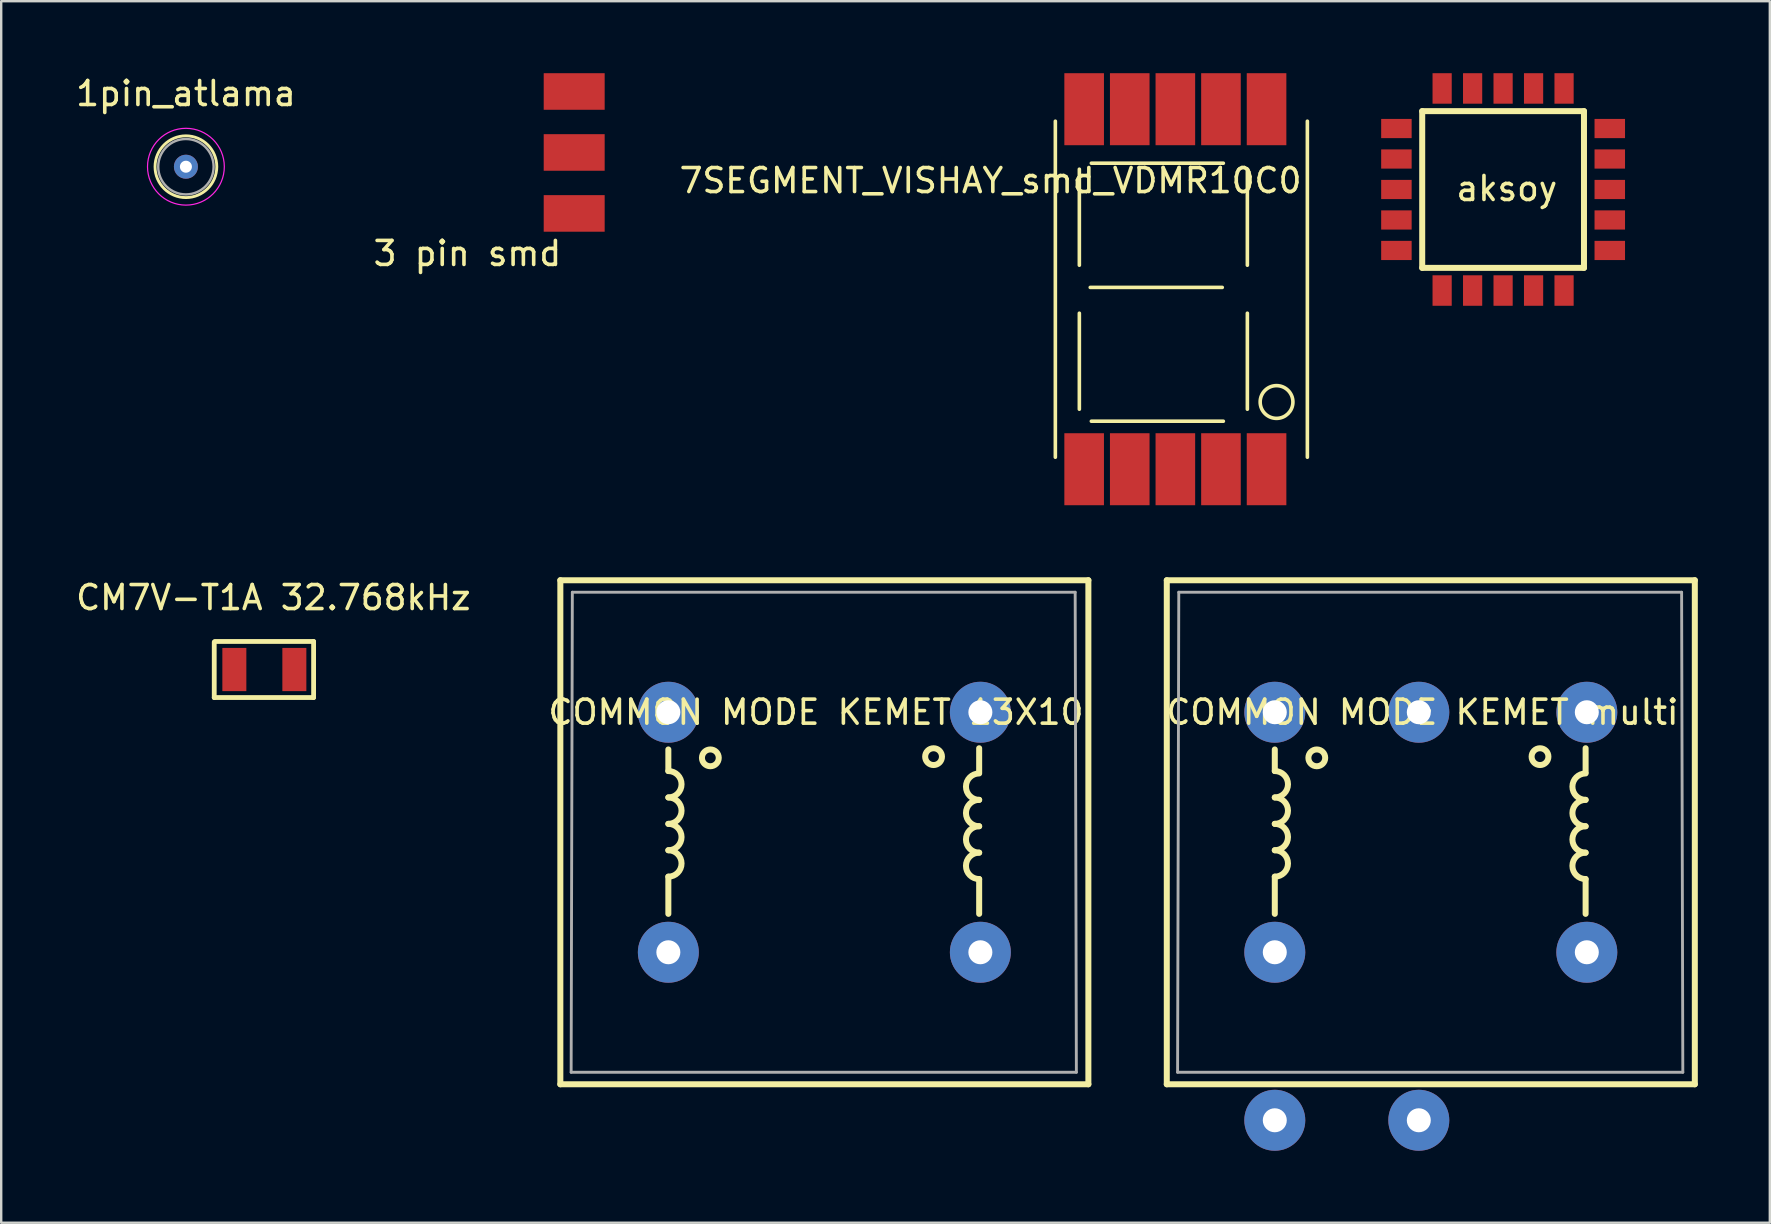
<source format=kicad_pcb>
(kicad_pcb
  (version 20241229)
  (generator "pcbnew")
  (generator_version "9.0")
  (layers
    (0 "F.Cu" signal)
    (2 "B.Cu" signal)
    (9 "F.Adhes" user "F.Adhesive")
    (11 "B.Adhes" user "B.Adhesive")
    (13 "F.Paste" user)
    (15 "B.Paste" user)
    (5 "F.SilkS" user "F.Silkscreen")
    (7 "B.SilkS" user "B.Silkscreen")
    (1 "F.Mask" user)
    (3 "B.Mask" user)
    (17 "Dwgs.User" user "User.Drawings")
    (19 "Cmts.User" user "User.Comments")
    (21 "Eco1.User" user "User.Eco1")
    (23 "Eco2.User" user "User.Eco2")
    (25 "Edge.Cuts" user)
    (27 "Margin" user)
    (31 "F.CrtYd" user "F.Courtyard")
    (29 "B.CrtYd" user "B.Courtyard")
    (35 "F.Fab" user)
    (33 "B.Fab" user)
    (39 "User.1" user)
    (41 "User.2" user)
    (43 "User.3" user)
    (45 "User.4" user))
  (footprint "3 pin smd"
    (layer "F.Cu")
    (at 20.873 0.762)
    (property "Reference" "3 pin smd" (at -4.45 6.75 0) (layer "F.SilkS") (effects (font (size 1 1) (thickness 0.15))))
    (attr through_hole)
    (pad "1" smd rect (at 0 5.08) (size 2.54 1.524) (layers "F.Cu" "F.Mask" "F.Paste"))
    (pad "2" smd rect (at 0 2.54) (size 2.54 1.524) (layers "F.Cu" "F.Mask" "F.Paste"))
    (pad "3" smd rect (at 0 0) (size 2.54 1.524) (layers "F.Cu" "F.Mask" "F.Paste")))
  (footprint "7SEGMENT_VISHAY_smd_VDMR10C0"
    (layer "F.Cu")
    (at 45.92 9)
    (property "Reference" "7SEGMENT_VISHAY_smd_VDMR10C0" (at -7.7 -4.525 0) (layer "F.SilkS") (effects (font (size 1 1) (thickness 0.15))))
    (attr smd)
    (fp_line (start -5 -7) (end -5 7) (stroke (width 0.15) (type solid)) (layer "F.SilkS"))
    (fp_line (start -4 -1) (end -4 -5) (stroke (width 0.15) (type solid)) (layer "F.SilkS"))
    (fp_line (start -4 5) (end -4 1) (stroke (width 0.15) (type solid)) (layer "F.SilkS"))
    (fp_line (start -3.546 -0.075) (end 1.954 -0.075) (stroke (width 0.15) (type solid)) (layer "F.SilkS"))
    (fp_line (start -3.5 -5.25) (end 2 -5.25) (stroke (width 0.15) (type solid)) (layer "F.SilkS"))
    (fp_line (start -3.5 5.5) (end 2 5.5) (stroke (width 0.15) (type solid)) (layer "F.SilkS"))
    (fp_line (start 3 -1) (end 3 -5) (stroke (width 0.15) (type solid)) (layer "F.SilkS"))
    (fp_line (start 3 5) (end 3 1) (stroke (width 0.15) (type solid)) (layer "F.SilkS"))
    (fp_line (start 5.5 7) (end 5.5 -7) (stroke (width 0.15) (type solid)) (layer "F.SilkS"))
    (fp_circle (center 4.216 4.699) (end 4.316 5.374) (stroke (width 0.15) (type solid)) (fill no) (layer "F.SilkS"))
    (pad "1" smd rect (at -3.8 7.5) (size 1.65 3) (layers "F.Cu" "F.Mask" "F.Paste"))
    (pad "2" smd rect (at -1.9 7.5) (size 1.65 3) (layers "F.Cu" "F.Mask" "F.Paste"))
    (pad "3" smd rect (at 0 7.5) (size 1.65 3) (layers "F.Cu" "F.Mask" "F.Paste"))
    (pad "4" smd rect (at 1.9 7.5) (size 1.65 3) (layers "F.Cu" "F.Mask" "F.Paste"))
    (pad "5" smd rect (at 3.8 7.5) (size 1.65 3) (layers "F.Cu" "F.Mask" "F.Paste"))
    (pad "6" smd rect (at 3.8 -7.5) (size 1.65 3) (layers "F.Cu" "F.Mask" "F.Paste"))
    (pad "7" smd rect (at 1.9 -7.5) (size 1.65 3) (layers "F.Cu" "F.Mask" "F.Paste"))
    (pad "8" smd rect (at 0 -7.5) (size 1.65 3) (layers "F.Cu" "F.Mask" "F.Paste"))
    (pad "9" smd rect (at -1.9 -7.5) (size 1.65 3) (layers "F.Cu" "F.Mask" "F.Paste"))
    (pad "10" smd rect (at -3.8 -7.5) (size 1.65 3) (layers "F.Cu" "F.Mask" "F.Paste")))
  (footprint "1pin_atlama"
    (layer "F.Cu")
    (at 4.696 3.896)
    (property "Reference" "1pin_atlama" (at 0 -3.048 0) (layer "F.SilkS") (effects (font (size 1 1) (thickness 0.15))))
    (attr through_hole)
    (fp_circle (center 0 0) (end 1.286 0) (stroke (width 0.12) (type solid)) (fill no) (layer "F.SilkS"))
    (fp_circle (center 0 0) (end 1.6 0) (stroke (width 0.05) (type solid)) (fill no) (layer "F.CrtYd"))
    (fp_circle (center 0 0) (end 1.154 0) (stroke (width 0.1) (type solid)) (fill no) (layer "F.Fab"))
    (pad "1" thru_hole circle (at 0 0) (size 1 1) (drill 0.5) (layers "*.Cu" "*.Mask")))
  (footprint "COMMON MODE KEMET multi"
    (layer "F.Cu")
    (at 50.063 26.625)
    (property "Reference" "COMMON MODE KEMET multi" (at 6.15 0 0) (layer "F.SilkS") (effects (font (size 1 1) (thickness 0.15))))
    (attr through_hole)
    (fp_line (start -4.5 -5.5) (end 17.5 -5.5) (stroke (width 0.25) (type solid)) (layer "F.SilkS"))
    (fp_line (start -4.5 15.5) (end -4.5 -5.5) (stroke (width 0.25) (type solid)) (layer "F.SilkS"))
    (fp_line (start -4.5 15.5) (end 17.5 15.5) (stroke (width 0.25) (type solid)) (layer "F.SilkS"))
    (fp_line (start 0 1.55) (end 0 2.45) (stroke (width 0.25) (type solid)) (layer "F.SilkS"))
    (fp_line (start 0 8.4) (end 0 6.85) (stroke (width 0.25) (type solid)) (layer "F.SilkS"))
    (fp_line (start 12.95 2.5) (end 12.95 1.5) (stroke (width 0.25) (type solid)) (layer "F.SilkS"))
    (fp_line (start 12.95 6.95) (end 12.95 8.4) (stroke (width 0.25) (type solid)) (layer "F.SilkS"))
    (fp_line (start 17.5 -5.5) (end 17.5 15.5) (stroke (width 0.25) (type solid)) (layer "F.SilkS"))
    (fp_arc (start 0 2.45) (mid 0.55 3) (end 0 3.55) (stroke (width 0.25) (type solid)) (layer "F.SilkS"))
    (fp_arc (start 0 3.55) (mid 0.55 4.1) (end 0 4.65) (stroke (width 0.25) (type solid)) (layer "F.SilkS"))
    (fp_arc (start 0 4.65) (mid 0.55 5.2) (end 0 5.75) (stroke (width 0.25) (type solid)) (layer "F.SilkS"))
    (fp_arc (start 0 5.75) (mid 0.55 6.3) (end 0 6.85) (stroke (width 0.25) (type solid)) (layer "F.SilkS"))
    (fp_arc (start 12.95 3.65) (mid 12.4 3.1) (end 12.95 2.55) (stroke (width 0.25) (type solid)) (layer "F.SilkS"))
    (fp_arc (start 12.95 4.75) (mid 12.4 4.2) (end 12.95 3.65) (stroke (width 0.25) (type solid)) (layer "F.SilkS"))
    (fp_arc (start 12.95 5.85) (mid 12.4 5.3) (end 12.95 4.75) (stroke (width 0.25) (type solid)) (layer "F.SilkS"))
    (fp_arc (start 12.95 6.95) (mid 12.4 6.4) (end 12.95 5.85) (stroke (width 0.25) (type solid)) (layer "F.SilkS"))
    (fp_circle (center 1.75 1.9) (end 2.1 1.9) (stroke (width 0.25) (type solid)) (fill no) (layer "F.SilkS"))
    (fp_circle (center 11.05 1.85) (end 11.4 1.85) (stroke (width 0.25) (type solid)) (fill no) (layer "F.SilkS"))
    (fp_line (start -4.05 15) (end 17 15) (stroke (width 0.12) (type solid)) (layer "F.Fab"))
    (fp_line (start -4 -5) (end -4.05 15) (stroke (width 0.12) (type solid)) (layer "F.Fab"))
    (fp_line (start 16.95 -5) (end -4 -5) (stroke (width 0.12) (type solid)) (layer "F.Fab"))
    (fp_line (start 17 15) (end 16.95 -5) (stroke (width 0.12) (type solid)) (layer "F.Fab"))
    (pad "1" thru_hole circle (at 6 17) (size 2.54 2.54) (drill 1) (layers "*.Cu" "*.Mask"))
    (pad "1" thru_hole circle (at 13 10) (size 2.54 2.54) (drill 1) (layers "*.Cu" "*.Mask"))
    (pad "2" thru_hole circle (at 6 0) (size 2.54 2.54) (drill 1) (layers "*.Cu" "*.Mask"))
    (pad "2" thru_hole circle (at 13 0) (size 2.54 2.54) (drill 1) (layers "*.Cu" "*.Mask"))
    (pad "3" thru_hole circle (at 0 0) (size 2.54 2.54) (drill 1) (layers "*.Cu" "*.Mask"))
    (pad "4" thru_hole circle (at 0 10) (size 2.54 2.54) (drill 1) (layers "*.Cu" "*.Mask"))
    (pad "4" thru_hole circle (at 0 17) (size 2.54 2.54) (drill 1) (layers "*.Cu" "*.Mask")))
  (footprint "CM7V-T1A 32.768kHz"
    (layer "F.Cu")
    (at 6.714 24.845)
    (property "Reference" "CM7V-T1A 32.768kHz" (at 1.626 -2.997 0) (layer "F.SilkS") (effects (font (size 1 1) (thickness 0.15))))
    (attr through_hole)
    (fp_line (start -0.838 -1.143) (end -0.838 1.168) (stroke (width 0.2) (type solid)) (layer "F.SilkS"))
    (fp_line (start -0.838 1.168) (end 3.302 1.168) (stroke (width 0.2) (type solid)) (layer "F.SilkS"))
    (fp_line (start 3.302 -1.168) (end -0.813 -1.168) (stroke (width 0.2) (type solid)) (layer "F.SilkS"))
    (fp_line (start 3.302 1.168) (end 3.302 -1.168) (stroke (width 0.2) (type solid)) (layer "F.SilkS"))
    (pad "1" smd rect (at 0 0) (size 1 1.8) (layers "F.Cu" "F.Mask" "F.Paste"))
    (pad "2" smd rect (at 2.5 0) (size 1 1.8) (layers "F.Cu" "F.Mask" "F.Paste")))
  (footprint "aksoy"
    (layer "F.Cu")
    (at 55.13 2.305)
    (property "Reference" "aksoy" (at 4.6 2.5 0) (layer "F.SilkS") (effects (font (size 1 1) (thickness 0.15))))
    (attr through_hole)
    (fp_line (start 1.075 -0.725) (end 1.075 5.805) (stroke (width 0.25) (type solid)) (layer "F.SilkS"))
    (fp_line (start 1.075 5.805) (end 7.815 5.805) (stroke (width 0.25) (type solid)) (layer "F.SilkS"))
    (fp_line (start 7.815 -0.725) (end 1.075 -0.725) (stroke (width 0.25) (type solid)) (layer "F.SilkS"))
    (fp_line (start 7.815 5.805) (end 7.815 -0.725) (stroke (width 0.25) (type solid)) (layer "F.SilkS"))
    (pad "0" smd rect (at 5.715 -1.67) (size 0.8 1.27) (layers "F.Cu" "F.Mask" "F.Paste"))
    (pad "A" smd rect (at 0 0) (size 1.27 0.8) (layers "F.Cu" "F.Mask" "F.Paste"))
    (pad "A" smd rect (at 1.905 -1.67) (size 0.8 1.27) (layers "F.Cu" "F.Mask" "F.Paste"))
    (pad "A" smd rect (at 1.905 6.75) (size 0.8 1.27) (layers "F.Cu" "F.Mask" "F.Paste"))
    (pad "A" smd rect (at 8.89 0) (size 1.27 0.8) (layers "F.Cu" "F.Mask" "F.Paste"))
    (pad "K" smd rect (at 0 1.27) (size 1.27 0.8) (layers "F.Cu" "F.Mask" "F.Paste"))
    (pad "K" smd rect (at 3.175 -1.67) (size 0.8 1.27) (layers "F.Cu" "F.Mask" "F.Paste"))
    (pad "K" smd rect (at 3.175 6.75) (size 0.8 1.27) (layers "F.Cu" "F.Mask" "F.Paste"))
    (pad "K" smd rect (at 8.89 1.27) (size 1.27 0.8) (layers "F.Cu" "F.Mask" "F.Paste"))
    (pad "O" smd rect (at 0 3.81) (size 1.27 0.8) (layers "F.Cu" "F.Mask" "F.Paste"))
    (pad "O" smd rect (at 5.715 6.75) (size 0.8 1.27) (layers "F.Cu" "F.Mask" "F.Paste"))
    (pad "O" smd rect (at 8.89 3.81) (size 1.27 0.8) (layers "F.Cu" "F.Mask" "F.Paste"))
    (pad "S" smd rect (at 0 2.54) (size 1.27 0.8) (layers "F.Cu" "F.Mask" "F.Paste"))
    (pad "S" smd rect (at 4.445 -1.67) (size 0.8 1.27) (layers "F.Cu" "F.Mask" "F.Paste"))
    (pad "S" smd rect (at 4.445 6.75) (size 0.8 1.27) (layers "F.Cu" "F.Mask" "F.Paste"))
    (pad "S" smd rect (at 8.89 2.54) (size 1.27 0.8) (layers "F.Cu" "F.Mask" "F.Paste"))
    (pad "Y" smd rect (at 0 5.08) (size 1.27 0.8) (layers "F.Cu" "F.Mask" "F.Paste"))
    (pad "Y" smd rect (at 6.985 -1.67) (size 0.8 1.27) (layers "F.Cu" "F.Mask" "F.Paste"))
    (pad "Y" smd rect (at 6.985 6.75) (size 0.8 1.27) (layers "F.Cu" "F.Mask" "F.Paste"))
    (pad "Y" smd rect (at 8.89 5.08) (size 1.27 0.8) (layers "F.Cu" "F.Mask" "F.Paste")))
  (footprint "COMMON MODE KEMET 13X10"
    (layer "F.Cu")
    (at 24.796 26.625)
    (property "Reference" "COMMON MODE KEMET 13X10" (at 6.15 0 0) (layer "F.SilkS") (effects (font (size 1 1) (thickness 0.15))))
    (attr through_hole)
    (fp_line (start -4.5 -5.5) (end 17.5 -5.5) (stroke (width 0.25) (type solid)) (layer "F.SilkS"))
    (fp_line (start -4.5 15.5) (end -4.5 -5.5) (stroke (width 0.25) (type solid)) (layer "F.SilkS"))
    (fp_line (start -4.5 15.5) (end 17.5 15.5) (stroke (width 0.25) (type solid)) (layer "F.SilkS"))
    (fp_line (start 0 1.55) (end 0 2.45) (stroke (width 0.25) (type solid)) (layer "F.SilkS"))
    (fp_line (start 0 8.4) (end 0 6.85) (stroke (width 0.25) (type solid)) (layer "F.SilkS"))
    (fp_line (start 12.95 2.5) (end 12.95 1.5) (stroke (width 0.25) (type solid)) (layer "F.SilkS"))
    (fp_line (start 12.95 6.95) (end 12.95 8.4) (stroke (width 0.25) (type solid)) (layer "F.SilkS"))
    (fp_line (start 17.5 -5.5) (end 17.5 15.5) (stroke (width 0.25) (type solid)) (layer "F.SilkS"))
    (fp_arc (start 0 2.45) (mid 0.55 3) (end 0 3.55) (stroke (width 0.25) (type solid)) (layer "F.SilkS"))
    (fp_arc (start 0 3.55) (mid 0.55 4.1) (end 0 4.65) (stroke (width 0.25) (type solid)) (layer "F.SilkS"))
    (fp_arc (start 0 4.65) (mid 0.55 5.2) (end 0 5.75) (stroke (width 0.25) (type solid)) (layer "F.SilkS"))
    (fp_arc (start 0 5.75) (mid 0.55 6.3) (end 0 6.85) (stroke (width 0.25) (type solid)) (layer "F.SilkS"))
    (fp_arc (start 12.95 3.65) (mid 12.4 3.1) (end 12.95 2.55) (stroke (width 0.25) (type solid)) (layer "F.SilkS"))
    (fp_arc (start 12.95 4.75) (mid 12.4 4.2) (end 12.95 3.65) (stroke (width 0.25) (type solid)) (layer "F.SilkS"))
    (fp_arc (start 12.95 5.85) (mid 12.4 5.3) (end 12.95 4.75) (stroke (width 0.25) (type solid)) (layer "F.SilkS"))
    (fp_arc (start 12.95 6.95) (mid 12.4 6.4) (end 12.95 5.85) (stroke (width 0.25) (type solid)) (layer "F.SilkS"))
    (fp_circle (center 1.75 1.9) (end 2.1 1.9) (stroke (width 0.25) (type solid)) (fill no) (layer "F.SilkS"))
    (fp_circle (center 11.05 1.85) (end 11.4 1.85) (stroke (width 0.25) (type solid)) (fill no) (layer "F.SilkS"))
    (fp_line (start -4.05 15) (end 17 15) (stroke (width 0.12) (type solid)) (layer "F.Fab"))
    (fp_line (start -4 -5) (end -4.05 15) (stroke (width 0.12) (type solid)) (layer "F.Fab"))
    (fp_line (start 16.95 -5) (end -4 -5) (stroke (width 0.12) (type solid)) (layer "F.Fab"))
    (fp_line (start 17 15) (end 16.95 -5) (stroke (width 0.12) (type solid)) (layer "F.Fab"))
    (pad "1" thru_hole circle (at 13 10) (size 2.54 2.54) (drill 1) (layers "*.Cu" "*.Mask"))
    (pad "2" thru_hole circle (at 13 0) (size 2.54 2.54) (drill 1) (layers "*.Cu" "*.Mask"))
    (pad "3" thru_hole circle (at 0 0) (size 2.54 2.54) (drill 1) (layers "*.Cu" "*.Mask"))
    (pad "4" thru_hole circle (at 0 10) (size 2.54 2.54) (drill 1) (layers "*.Cu" "*.Mask")))
  (gr_rect
    (start -3 -3)
    (end 70.688 47.895)
    (stroke (width 0.1) (type default))
    (fill no)
    (layer "Edge.Cuts")))
</source>
